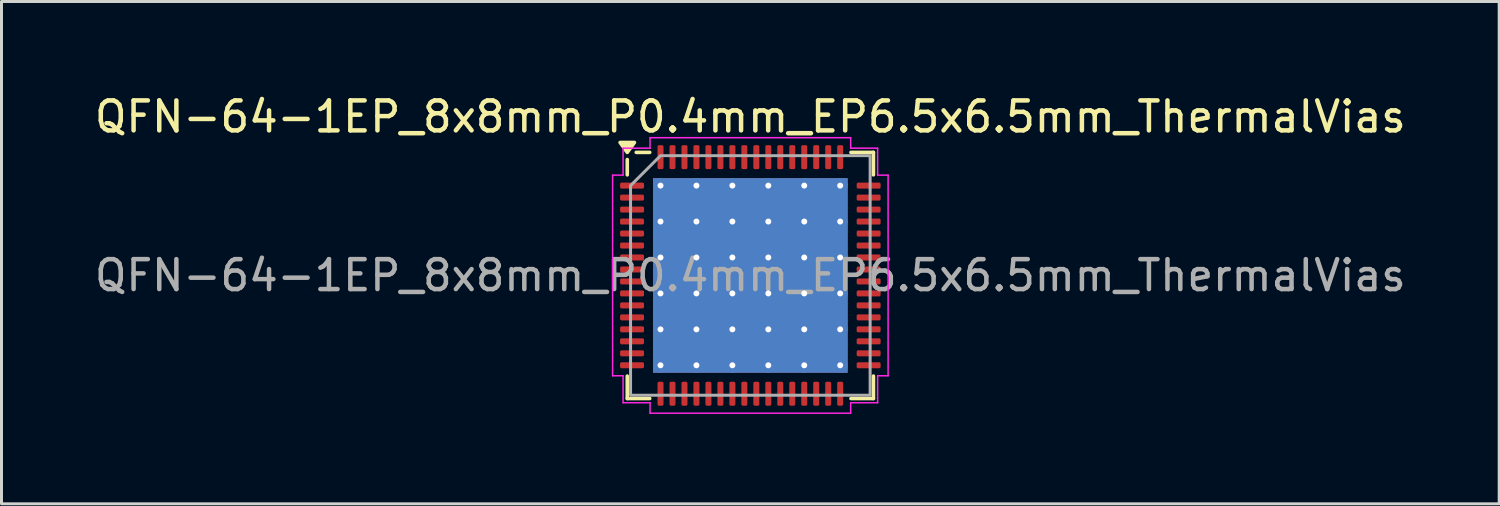
<source format=kicad_pcb>
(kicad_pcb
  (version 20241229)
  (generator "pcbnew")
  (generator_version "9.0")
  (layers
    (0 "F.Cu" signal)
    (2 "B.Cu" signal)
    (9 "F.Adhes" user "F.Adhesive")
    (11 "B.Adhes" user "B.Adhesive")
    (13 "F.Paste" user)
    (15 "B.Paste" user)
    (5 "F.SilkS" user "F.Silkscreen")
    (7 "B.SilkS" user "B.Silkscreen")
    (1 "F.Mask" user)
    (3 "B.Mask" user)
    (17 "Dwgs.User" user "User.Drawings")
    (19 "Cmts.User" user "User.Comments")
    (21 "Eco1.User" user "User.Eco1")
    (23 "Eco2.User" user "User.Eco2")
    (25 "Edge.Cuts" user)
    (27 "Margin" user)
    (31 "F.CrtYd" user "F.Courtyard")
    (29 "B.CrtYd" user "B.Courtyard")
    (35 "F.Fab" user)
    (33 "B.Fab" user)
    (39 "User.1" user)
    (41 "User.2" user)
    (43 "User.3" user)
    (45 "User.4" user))
  (footprint "QFN-64-1EP_8x8mm_P0.4mm_EP6.5x6.5mm_ThermalVias"
    (layer "F.Cu")
    (at 22.006 6.148)
    (property "Reference" "QFN-64-1EP_8x8mm_P0.4mm_EP6.5x6.5mm_ThermalVias" (at 0 -5.3 0) (layer "F.SilkS") (effects (font (size 1 1) (thickness 0.15))))
    (attr smd)
    (fp_line (start -4.11 -3.36) (end -4.11 -3.87) (stroke (width 0.12) (type solid)) (layer "F.SilkS"))
    (fp_line (start -4.11 4.11) (end -4.11 3.36) (stroke (width 0.12) (type solid)) (layer "F.SilkS"))
    (fp_line (start -3.36 -4.11) (end -3.81 -4.11) (stroke (width 0.12) (type solid)) (layer "F.SilkS"))
    (fp_line (start -3.36 4.11) (end -4.11 4.11) (stroke (width 0.12) (type solid)) (layer "F.SilkS"))
    (fp_line (start 3.36 -4.11) (end 4.11 -4.11) (stroke (width 0.12) (type solid)) (layer "F.SilkS"))
    (fp_line (start 3.36 4.11) (end 4.11 4.11) (stroke (width 0.12) (type solid)) (layer "F.SilkS"))
    (fp_line (start 4.11 -4.11) (end 4.11 -3.36) (stroke (width 0.12) (type solid)) (layer "F.SilkS"))
    (fp_line (start 4.11 4.11) (end 4.11 3.36) (stroke (width 0.12) (type solid)) (layer "F.SilkS"))
    (fp_poly (pts (xy -4.11 -4.11) (xy -4.35 -4.44) (xy -3.87 -4.44)) (stroke (width 0.12) (type solid)) (fill yes) (layer "F.SilkS"))
    (fp_line (start -4.6 -3.35) (end -4.25 -3.35) (stroke (width 0.05) (type solid)) (layer "F.CrtYd"))
    (fp_line (start -4.6 3.35) (end -4.6 -3.35) (stroke (width 0.05) (type solid)) (layer "F.CrtYd"))
    (fp_line (start -4.25 -4.25) (end -3.35 -4.25) (stroke (width 0.05) (type solid)) (layer "F.CrtYd"))
    (fp_line (start -4.25 -3.35) (end -4.25 -4.25) (stroke (width 0.05) (type solid)) (layer "F.CrtYd"))
    (fp_line (start -4.25 3.35) (end -4.6 3.35) (stroke (width 0.05) (type solid)) (layer "F.CrtYd"))
    (fp_line (start -4.25 4.25) (end -4.25 3.35) (stroke (width 0.05) (type solid)) (layer "F.CrtYd"))
    (fp_line (start -3.35 -4.6) (end 3.35 -4.6) (stroke (width 0.05) (type solid)) (layer "F.CrtYd"))
    (fp_line (start -3.35 -4.25) (end -3.35 -4.6) (stroke (width 0.05) (type solid)) (layer "F.CrtYd"))
    (fp_line (start -3.35 4.25) (end -4.25 4.25) (stroke (width 0.05) (type solid)) (layer "F.CrtYd"))
    (fp_line (start -3.35 4.6) (end -3.35 4.25) (stroke (width 0.05) (type solid)) (layer "F.CrtYd"))
    (fp_line (start 3.35 -4.6) (end 3.35 -4.25) (stroke (width 0.05) (type solid)) (layer "F.CrtYd"))
    (fp_line (start 3.35 -4.25) (end 4.25 -4.25) (stroke (width 0.05) (type solid)) (layer "F.CrtYd"))
    (fp_line (start 3.35 4.25) (end 3.35 4.6) (stroke (width 0.05) (type solid)) (layer "F.CrtYd"))
    (fp_line (start 3.35 4.6) (end -3.35 4.6) (stroke (width 0.05) (type solid)) (layer "F.CrtYd"))
    (fp_line (start 4.25 -4.25) (end 4.25 -3.35) (stroke (width 0.05) (type solid)) (layer "F.CrtYd"))
    (fp_line (start 4.25 -3.35) (end 4.6 -3.35) (stroke (width 0.05) (type solid)) (layer "F.CrtYd"))
    (fp_line (start 4.25 3.35) (end 4.25 4.25) (stroke (width 0.05) (type solid)) (layer "F.CrtYd"))
    (fp_line (start 4.25 4.25) (end 3.35 4.25) (stroke (width 0.05) (type solid)) (layer "F.CrtYd"))
    (fp_line (start 4.6 -3.35) (end 4.6 3.35) (stroke (width 0.05) (type solid)) (layer "F.CrtYd"))
    (fp_line (start 4.6 3.35) (end 4.25 3.35) (stroke (width 0.05) (type solid)) (layer "F.CrtYd"))
    (fp_poly (pts (xy -4 -3) (xy -4 4) (xy 4 4) (xy 4 -4) (xy -3 -4)) (stroke (width 0.1) (type solid)) (fill no) (layer "F.Fab"))
    (fp_text user "${REFERENCE}" (at 0 0 0) (layer "F.Fab") (effects (font (size 1 1) (thickness 0.15))))
    (pad "" smd roundrect (at -2.6 -2.6) (size 1.01 1.01) (layers "F.Paste") (roundrect_rratio 0.248))
    (pad "" smd roundrect (at -2.6 -1.3) (size 1.01 1.01) (layers "F.Paste") (roundrect_rratio 0.248))
    (pad "" smd roundrect (at -2.6 0) (size 1.01 1.01) (layers "F.Paste") (roundrect_rratio 0.248))
    (pad "" smd roundrect (at -2.6 1.3) (size 1.01 1.01) (layers "F.Paste") (roundrect_rratio 0.248))
    (pad "" smd roundrect (at -2.6 2.6) (size 1.01 1.01) (layers "F.Paste") (roundrect_rratio 0.248))
    (pad "" smd roundrect (at -1.3 -2.6) (size 1.01 1.01) (layers "F.Paste") (roundrect_rratio 0.248))
    (pad "" smd roundrect (at -1.3 -1.3) (size 1.01 1.01) (layers "F.Paste") (roundrect_rratio 0.248))
    (pad "" smd roundrect (at -1.3 0) (size 1.01 1.01) (layers "F.Paste") (roundrect_rratio 0.248))
    (pad "" smd roundrect (at -1.3 1.3) (size 1.01 1.01) (layers "F.Paste") (roundrect_rratio 0.248))
    (pad "" smd roundrect (at -1.3 2.6) (size 1.01 1.01) (layers "F.Paste") (roundrect_rratio 0.248))
    (pad "" smd roundrect (at 0 -2.6) (size 1.01 1.01) (layers "F.Paste") (roundrect_rratio 0.248))
    (pad "" smd roundrect (at 0 -1.3) (size 1.01 1.01) (layers "F.Paste") (roundrect_rratio 0.248))
    (pad "" smd roundrect (at 0 0) (size 1.01 1.01) (layers "F.Paste") (roundrect_rratio 0.248))
    (pad "" smd roundrect (at 0 1.3) (size 1.01 1.01) (layers "F.Paste") (roundrect_rratio 0.248))
    (pad "" smd roundrect (at 0 2.6) (size 1.01 1.01) (layers "F.Paste") (roundrect_rratio 0.248))
    (pad "" smd roundrect (at 1.3 -2.6) (size 1.01 1.01) (layers "F.Paste") (roundrect_rratio 0.248))
    (pad "" smd roundrect (at 1.3 -1.3) (size 1.01 1.01) (layers "F.Paste") (roundrect_rratio 0.248))
    (pad "" smd roundrect (at 1.3 0) (size 1.01 1.01) (layers "F.Paste") (roundrect_rratio 0.248))
    (pad "" smd roundrect (at 1.3 1.3) (size 1.01 1.01) (layers "F.Paste") (roundrect_rratio 0.248))
    (pad "" smd roundrect (at 1.3 2.6) (size 1.01 1.01) (layers "F.Paste") (roundrect_rratio 0.248))
    (pad "" smd roundrect (at 2.6 -2.6) (size 1.01 1.01) (layers "F.Paste") (roundrect_rratio 0.248))
    (pad "" smd roundrect (at 2.6 -1.3) (size 1.01 1.01) (layers "F.Paste") (roundrect_rratio 0.248))
    (pad "" smd roundrect (at 2.6 0) (size 1.01 1.01) (layers "F.Paste") (roundrect_rratio 0.248))
    (pad "" smd roundrect (at 2.6 1.3) (size 1.01 1.01) (layers "F.Paste") (roundrect_rratio 0.248))
    (pad "" smd roundrect (at 2.6 2.6) (size 1.01 1.01) (layers "F.Paste") (roundrect_rratio 0.248))
    (pad "1" smd roundrect (at -3.95 -3) (size 0.8 0.2) (layers "F.Cu" "F.Mask" "F.Paste") (roundrect_rratio 0.25))
    (pad "2" smd roundrect (at -3.95 -2.6) (size 0.8 0.2) (layers "F.Cu" "F.Mask" "F.Paste") (roundrect_rratio 0.25))
    (pad "3" smd roundrect (at -3.95 -2.2) (size 0.8 0.2) (layers "F.Cu" "F.Mask" "F.Paste") (roundrect_rratio 0.25))
    (pad "4" smd roundrect (at -3.95 -1.8) (size 0.8 0.2) (layers "F.Cu" "F.Mask" "F.Paste") (roundrect_rratio 0.25))
    (pad "5" smd roundrect (at -3.95 -1.4) (size 0.8 0.2) (layers "F.Cu" "F.Mask" "F.Paste") (roundrect_rratio 0.25))
    (pad "6" smd roundrect (at -3.95 -1) (size 0.8 0.2) (layers "F.Cu" "F.Mask" "F.Paste") (roundrect_rratio 0.25))
    (pad "7" smd roundrect (at -3.95 -0.6) (size 0.8 0.2) (layers "F.Cu" "F.Mask" "F.Paste") (roundrect_rratio 0.25))
    (pad "8" smd roundrect (at -3.95 -0.2) (size 0.8 0.2) (layers "F.Cu" "F.Mask" "F.Paste") (roundrect_rratio 0.25))
    (pad "9" smd roundrect (at -3.95 0.2) (size 0.8 0.2) (layers "F.Cu" "F.Mask" "F.Paste") (roundrect_rratio 0.25))
    (pad "10" smd roundrect (at -3.95 0.6) (size 0.8 0.2) (layers "F.Cu" "F.Mask" "F.Paste") (roundrect_rratio 0.25))
    (pad "11" smd roundrect (at -3.95 1) (size 0.8 0.2) (layers "F.Cu" "F.Mask" "F.Paste") (roundrect_rratio 0.25))
    (pad "12" smd roundrect (at -3.95 1.4) (size 0.8 0.2) (layers "F.Cu" "F.Mask" "F.Paste") (roundrect_rratio 0.25))
    (pad "13" smd roundrect (at -3.95 1.8) (size 0.8 0.2) (layers "F.Cu" "F.Mask" "F.Paste") (roundrect_rratio 0.25))
    (pad "14" smd roundrect (at -3.95 2.2) (size 0.8 0.2) (layers "F.Cu" "F.Mask" "F.Paste") (roundrect_rratio 0.25))
    (pad "15" smd roundrect (at -3.95 2.6) (size 0.8 0.2) (layers "F.Cu" "F.Mask" "F.Paste") (roundrect_rratio 0.25))
    (pad "16" smd roundrect (at -3.95 3) (size 0.8 0.2) (layers "F.Cu" "F.Mask" "F.Paste") (roundrect_rratio 0.25))
    (pad "17" smd roundrect (at -3 3.95) (size 0.2 0.8) (layers "F.Cu" "F.Mask" "F.Paste") (roundrect_rratio 0.25))
    (pad "18" smd roundrect (at -2.6 3.95) (size 0.2 0.8) (layers "F.Cu" "F.Mask" "F.Paste") (roundrect_rratio 0.25))
    (pad "19" smd roundrect (at -2.2 3.95) (size 0.2 0.8) (layers "F.Cu" "F.Mask" "F.Paste") (roundrect_rratio 0.25))
    (pad "20" smd roundrect (at -1.8 3.95) (size 0.2 0.8) (layers "F.Cu" "F.Mask" "F.Paste") (roundrect_rratio 0.25))
    (pad "21" smd roundrect (at -1.4 3.95) (size 0.2 0.8) (layers "F.Cu" "F.Mask" "F.Paste") (roundrect_rratio 0.25))
    (pad "22" smd roundrect (at -1 3.95) (size 0.2 0.8) (layers "F.Cu" "F.Mask" "F.Paste") (roundrect_rratio 0.25))
    (pad "23" smd roundrect (at -0.6 3.95) (size 0.2 0.8) (layers "F.Cu" "F.Mask" "F.Paste") (roundrect_rratio 0.25))
    (pad "24" smd roundrect (at -0.2 3.95) (size 0.2 0.8) (layers "F.Cu" "F.Mask" "F.Paste") (roundrect_rratio 0.25))
    (pad "25" smd roundrect (at 0.2 3.95) (size 0.2 0.8) (layers "F.Cu" "F.Mask" "F.Paste") (roundrect_rratio 0.25))
    (pad "26" smd roundrect (at 0.6 3.95) (size 0.2 0.8) (layers "F.Cu" "F.Mask" "F.Paste") (roundrect_rratio 0.25))
    (pad "27" smd roundrect (at 1 3.95) (size 0.2 0.8) (layers "F.Cu" "F.Mask" "F.Paste") (roundrect_rratio 0.25))
    (pad "28" smd roundrect (at 1.4 3.95) (size 0.2 0.8) (layers "F.Cu" "F.Mask" "F.Paste") (roundrect_rratio 0.25))
    (pad "29" smd roundrect (at 1.8 3.95) (size 0.2 0.8) (layers "F.Cu" "F.Mask" "F.Paste") (roundrect_rratio 0.25))
    (pad "30" smd roundrect (at 2.2 3.95) (size 0.2 0.8) (layers "F.Cu" "F.Mask" "F.Paste") (roundrect_rratio 0.25))
    (pad "31" smd roundrect (at 2.6 3.95) (size 0.2 0.8) (layers "F.Cu" "F.Mask" "F.Paste") (roundrect_rratio 0.25))
    (pad "32" smd roundrect (at 3 3.95) (size 0.2 0.8) (layers "F.Cu" "F.Mask" "F.Paste") (roundrect_rratio 0.25))
    (pad "33" smd roundrect (at 3.95 3) (size 0.8 0.2) (layers "F.Cu" "F.Mask" "F.Paste") (roundrect_rratio 0.25))
    (pad "34" smd roundrect (at 3.95 2.6) (size 0.8 0.2) (layers "F.Cu" "F.Mask" "F.Paste") (roundrect_rratio 0.25))
    (pad "35" smd roundrect (at 3.95 2.2) (size 0.8 0.2) (layers "F.Cu" "F.Mask" "F.Paste") (roundrect_rratio 0.25))
    (pad "36" smd roundrect (at 3.95 1.8) (size 0.8 0.2) (layers "F.Cu" "F.Mask" "F.Paste") (roundrect_rratio 0.25))
    (pad "37" smd roundrect (at 3.95 1.4) (size 0.8 0.2) (layers "F.Cu" "F.Mask" "F.Paste") (roundrect_rratio 0.25))
    (pad "38" smd roundrect (at 3.95 1) (size 0.8 0.2) (layers "F.Cu" "F.Mask" "F.Paste") (roundrect_rratio 0.25))
    (pad "39" smd roundrect (at 3.95 0.6) (size 0.8 0.2) (layers "F.Cu" "F.Mask" "F.Paste") (roundrect_rratio 0.25))
    (pad "40" smd roundrect (at 3.95 0.2) (size 0.8 0.2) (layers "F.Cu" "F.Mask" "F.Paste") (roundrect_rratio 0.25))
    (pad "41" smd roundrect (at 3.95 -0.2) (size 0.8 0.2) (layers "F.Cu" "F.Mask" "F.Paste") (roundrect_rratio 0.25))
    (pad "42" smd roundrect (at 3.95 -0.6) (size 0.8 0.2) (layers "F.Cu" "F.Mask" "F.Paste") (roundrect_rratio 0.25))
    (pad "43" smd roundrect (at 3.95 -1) (size 0.8 0.2) (layers "F.Cu" "F.Mask" "F.Paste") (roundrect_rratio 0.25))
    (pad "44" smd roundrect (at 3.95 -1.4) (size 0.8 0.2) (layers "F.Cu" "F.Mask" "F.Paste") (roundrect_rratio 0.25))
    (pad "45" smd roundrect (at 3.95 -1.8) (size 0.8 0.2) (layers "F.Cu" "F.Mask" "F.Paste") (roundrect_rratio 0.25))
    (pad "46" smd roundrect (at 3.95 -2.2) (size 0.8 0.2) (layers "F.Cu" "F.Mask" "F.Paste") (roundrect_rratio 0.25))
    (pad "47" smd roundrect (at 3.95 -2.6) (size 0.8 0.2) (layers "F.Cu" "F.Mask" "F.Paste") (roundrect_rratio 0.25))
    (pad "48" smd roundrect (at 3.95 -3) (size 0.8 0.2) (layers "F.Cu" "F.Mask" "F.Paste") (roundrect_rratio 0.25))
    (pad "49" smd roundrect (at 3 -3.95) (size 0.2 0.8) (layers "F.Cu" "F.Mask" "F.Paste") (roundrect_rratio 0.25))
    (pad "50" smd roundrect (at 2.6 -3.95) (size 0.2 0.8) (layers "F.Cu" "F.Mask" "F.Paste") (roundrect_rratio 0.25))
    (pad "51" smd roundrect (at 2.2 -3.95) (size 0.2 0.8) (layers "F.Cu" "F.Mask" "F.Paste") (roundrect_rratio 0.25))
    (pad "52" smd roundrect (at 1.8 -3.95) (size 0.2 0.8) (layers "F.Cu" "F.Mask" "F.Paste") (roundrect_rratio 0.25))
    (pad "53" smd roundrect (at 1.4 -3.95) (size 0.2 0.8) (layers "F.Cu" "F.Mask" "F.Paste") (roundrect_rratio 0.25))
    (pad "54" smd roundrect (at 1 -3.95) (size 0.2 0.8) (layers "F.Cu" "F.Mask" "F.Paste") (roundrect_rratio 0.25))
    (pad "55" smd roundrect (at 0.6 -3.95) (size 0.2 0.8) (layers "F.Cu" "F.Mask" "F.Paste") (roundrect_rratio 0.25))
    (pad "56" smd roundrect (at 0.2 -3.95) (size 0.2 0.8) (layers "F.Cu" "F.Mask" "F.Paste") (roundrect_rratio 0.25))
    (pad "57" smd roundrect (at -0.2 -3.95) (size 0.2 0.8) (layers "F.Cu" "F.Mask" "F.Paste") (roundrect_rratio 0.25))
    (pad "58" smd roundrect (at -0.6 -3.95) (size 0.2 0.8) (layers "F.Cu" "F.Mask" "F.Paste") (roundrect_rratio 0.25))
    (pad "59" smd roundrect (at -1 -3.95) (size 0.2 0.8) (layers "F.Cu" "F.Mask" "F.Paste") (roundrect_rratio 0.25))
    (pad "60" smd roundrect (at -1.4 -3.95) (size 0.2 0.8) (layers "F.Cu" "F.Mask" "F.Paste") (roundrect_rratio 0.25))
    (pad "61" smd roundrect (at -1.8 -3.95) (size 0.2 0.8) (layers "F.Cu" "F.Mask" "F.Paste") (roundrect_rratio 0.25))
    (pad "62" smd roundrect (at -2.2 -3.95) (size 0.2 0.8) (layers "F.Cu" "F.Mask" "F.Paste") (roundrect_rratio 0.25))
    (pad "63" smd roundrect (at -2.6 -3.95) (size 0.2 0.8) (layers "F.Cu" "F.Mask" "F.Paste") (roundrect_rratio 0.25))
    (pad "64" smd roundrect (at -3 -3.95) (size 0.2 0.8) (layers "F.Cu" "F.Mask" "F.Paste") (roundrect_rratio 0.25))
    (pad "65" thru_hole circle (at -3 -3) (size 0.5 0.5) (drill 0.2) (property pad_prop_heatsink) (layers "*.Cu"))
    (pad "65" thru_hole circle (at -3 -1.8) (size 0.5 0.5) (drill 0.2) (property pad_prop_heatsink) (layers "*.Cu"))
    (pad "65" thru_hole circle (at -3 -0.6) (size 0.5 0.5) (drill 0.2) (property pad_prop_heatsink) (layers "*.Cu"))
    (pad "65" thru_hole circle (at -3 0.6) (size 0.5 0.5) (drill 0.2) (property pad_prop_heatsink) (layers "*.Cu"))
    (pad "65" thru_hole circle (at -3 1.8) (size 0.5 0.5) (drill 0.2) (property pad_prop_heatsink) (layers "*.Cu"))
    (pad "65" thru_hole circle (at -3 3) (size 0.5 0.5) (drill 0.2) (property pad_prop_heatsink) (layers "*.Cu"))
    (pad "65" thru_hole circle (at -1.8 -3) (size 0.5 0.5) (drill 0.2) (property pad_prop_heatsink) (layers "*.Cu"))
    (pad "65" thru_hole circle (at -1.8 -1.8) (size 0.5 0.5) (drill 0.2) (property pad_prop_heatsink) (layers "*.Cu"))
    (pad "65" thru_hole circle (at -1.8 -0.6) (size 0.5 0.5) (drill 0.2) (property pad_prop_heatsink) (layers "*.Cu"))
    (pad "65" thru_hole circle (at -1.8 0.6) (size 0.5 0.5) (drill 0.2) (property pad_prop_heatsink) (layers "*.Cu"))
    (pad "65" thru_hole circle (at -1.8 1.8) (size 0.5 0.5) (drill 0.2) (property pad_prop_heatsink) (layers "*.Cu"))
    (pad "65" thru_hole circle (at -1.8 3) (size 0.5 0.5) (drill 0.2) (property pad_prop_heatsink) (layers "*.Cu"))
    (pad "65" thru_hole circle (at -0.6 -3) (size 0.5 0.5) (drill 0.2) (property pad_prop_heatsink) (layers "*.Cu"))
    (pad "65" thru_hole circle (at -0.6 -1.8) (size 0.5 0.5) (drill 0.2) (property pad_prop_heatsink) (layers "*.Cu"))
    (pad "65" thru_hole circle (at -0.6 -0.6) (size 0.5 0.5) (drill 0.2) (property pad_prop_heatsink) (layers "*.Cu"))
    (pad "65" thru_hole circle (at -0.6 0.6) (size 0.5 0.5) (drill 0.2) (property pad_prop_heatsink) (layers "*.Cu"))
    (pad "65" thru_hole circle (at -0.6 1.8) (size 0.5 0.5) (drill 0.2) (property pad_prop_heatsink) (layers "*.Cu"))
    (pad "65" thru_hole circle (at -0.6 3) (size 0.5 0.5) (drill 0.2) (property pad_prop_heatsink) (layers "*.Cu"))
    (pad "65" smd rect (at 0 0) (size 6.5 6.5) (property pad_prop_heatsink) (layers "F.Cu" "F.Mask"))
    (pad "65" smd rect (at 0 0) (size 6.5 6.5) (property pad_prop_heatsink) (layers "B.Cu"))
    (pad "65" thru_hole circle (at 0.6 -3) (size 0.5 0.5) (drill 0.2) (property pad_prop_heatsink) (layers "*.Cu"))
    (pad "65" thru_hole circle (at 0.6 -1.8) (size 0.5 0.5) (drill 0.2) (property pad_prop_heatsink) (layers "*.Cu"))
    (pad "65" thru_hole circle (at 0.6 -0.6) (size 0.5 0.5) (drill 0.2) (property pad_prop_heatsink) (layers "*.Cu"))
    (pad "65" thru_hole circle (at 0.6 0.6) (size 0.5 0.5) (drill 0.2) (property pad_prop_heatsink) (layers "*.Cu"))
    (pad "65" thru_hole circle (at 0.6 1.8) (size 0.5 0.5) (drill 0.2) (property pad_prop_heatsink) (layers "*.Cu"))
    (pad "65" thru_hole circle (at 0.6 3) (size 0.5 0.5) (drill 0.2) (property pad_prop_heatsink) (layers "*.Cu"))
    (pad "65" thru_hole circle (at 1.8 -3) (size 0.5 0.5) (drill 0.2) (property pad_prop_heatsink) (layers "*.Cu"))
    (pad "65" thru_hole circle (at 1.8 -1.8) (size 0.5 0.5) (drill 0.2) (property pad_prop_heatsink) (layers "*.Cu"))
    (pad "65" thru_hole circle (at 1.8 -0.6) (size 0.5 0.5) (drill 0.2) (property pad_prop_heatsink) (layers "*.Cu"))
    (pad "65" thru_hole circle (at 1.8 0.6) (size 0.5 0.5) (drill 0.2) (property pad_prop_heatsink) (layers "*.Cu"))
    (pad "65" thru_hole circle (at 1.8 1.8) (size 0.5 0.5) (drill 0.2) (property pad_prop_heatsink) (layers "*.Cu"))
    (pad "65" thru_hole circle (at 1.8 3) (size 0.5 0.5) (drill 0.2) (property pad_prop_heatsink) (layers "*.Cu"))
    (pad "65" thru_hole circle (at 3 -3) (size 0.5 0.5) (drill 0.2) (property pad_prop_heatsink) (layers "*.Cu"))
    (pad "65" thru_hole circle (at 3 -1.8) (size 0.5 0.5) (drill 0.2) (property pad_prop_heatsink) (layers "*.Cu"))
    (pad "65" thru_hole circle (at 3 -0.6) (size 0.5 0.5) (drill 0.2) (property pad_prop_heatsink) (layers "*.Cu"))
    (pad "65" thru_hole circle (at 3 0.6) (size 0.5 0.5) (drill 0.2) (property pad_prop_heatsink) (layers "*.Cu"))
    (pad "65" thru_hole circle (at 3 1.8) (size 0.5 0.5) (drill 0.2) (property pad_prop_heatsink) (layers "*.Cu"))
    (pad "65" thru_hole circle (at 3 3) (size 0.5 0.5) (drill 0.2) (property pad_prop_heatsink) (layers "*.Cu")))
  (gr_rect
    (start -3 -3)
    (end 47.012 13.773)
    (stroke (width 0.1) (type default))
    (fill no)
    (layer "Edge.Cuts")))
</source>
